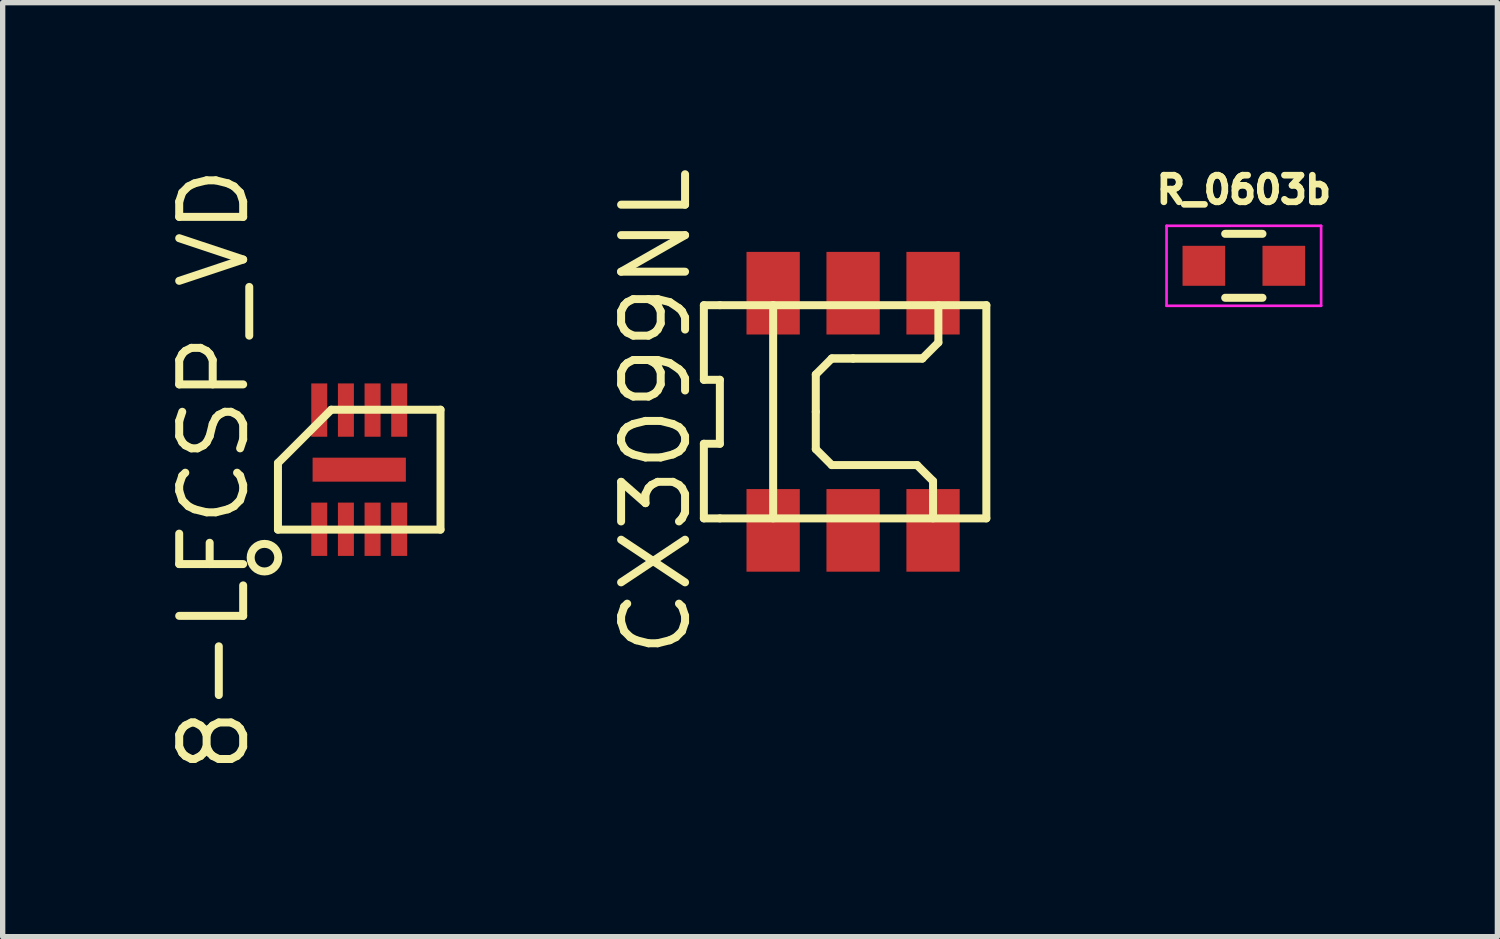
<source format=kicad_pcb>
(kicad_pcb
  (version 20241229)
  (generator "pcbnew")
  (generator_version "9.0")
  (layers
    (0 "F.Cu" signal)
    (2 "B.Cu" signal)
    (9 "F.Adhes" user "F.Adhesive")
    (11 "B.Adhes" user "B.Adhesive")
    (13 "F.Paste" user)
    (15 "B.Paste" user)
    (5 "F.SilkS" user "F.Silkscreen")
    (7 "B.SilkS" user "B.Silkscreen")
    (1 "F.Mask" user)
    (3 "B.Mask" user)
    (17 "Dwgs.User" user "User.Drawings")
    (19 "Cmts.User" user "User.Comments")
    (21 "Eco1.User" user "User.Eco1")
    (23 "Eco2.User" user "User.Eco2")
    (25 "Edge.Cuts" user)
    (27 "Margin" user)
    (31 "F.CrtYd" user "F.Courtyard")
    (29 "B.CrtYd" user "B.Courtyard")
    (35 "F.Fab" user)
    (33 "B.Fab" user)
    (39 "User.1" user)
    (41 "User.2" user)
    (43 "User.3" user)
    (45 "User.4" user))
  (footprint "8-LFCSP_VD"
    (layer "F.Cu")
    (at 3.69 5.762)
    (property "Reference" "8-LFCSP_VD" (at -2.725 0 90) (layer "F.SilkS") (effects (font (size 1.2 1.2) (thickness 0.15))))
    (attr through_hole)
    (fp_line (start -1.525 -0.125) (end -1.525 1.125) (stroke (width 0.15) (type solid)) (layer "F.SilkS"))
    (fp_line (start -1.525 1.125) (end 1.525 1.125) (stroke (width 0.15) (type solid)) (layer "F.SilkS"))
    (fp_line (start -0.525 -1.125) (end -1.525 -0.125) (stroke (width 0.15) (type solid)) (layer "F.SilkS"))
    (fp_line (start 1.525 -1.125) (end -0.525 -1.125) (stroke (width 0.15) (type solid)) (layer "F.SilkS"))
    (fp_line (start 1.525 1.125) (end 1.525 -1.125) (stroke (width 0.15) (type solid)) (layer "F.SilkS"))
    (fp_circle (center -1.778 1.651) (end -1.524 1.702) (stroke (width 0.15) (type solid)) (fill no) (layer "F.SilkS"))
    (pad "1" smd rect (at -0.75 1.118) (size 0.3 1) (layers "F.Cu" "F.Mask" "F.Paste"))
    (pad "2" smd rect (at -0.25 1.118) (size 0.3 1) (layers "F.Cu" "F.Mask" "F.Paste"))
    (pad "3" smd rect (at 0.25 1.118) (size 0.3 1) (layers "F.Cu" "F.Mask" "F.Paste"))
    (pad "4" smd rect (at 0.75 1.118) (size 0.3 1) (layers "F.Cu" "F.Mask" "F.Paste"))
    (pad "5" smd rect (at 0.75 -1.118) (size 0.3 1) (layers "F.Cu" "F.Mask" "F.Paste"))
    (pad "6" smd rect (at 0.25 -1.118) (size 0.3 1) (layers "F.Cu" "F.Mask" "F.Paste"))
    (pad "7" smd rect (at -0.25 -1.118) (size 0.3 1) (layers "F.Cu" "F.Mask" "F.Paste"))
    (pad "8" smd rect (at -0.75 -1.118) (size 0.3 1) (layers "F.Cu" "F.Mask" "F.Paste"))
    (pad "EPAD" smd rect (at 0 0 90) (size 0.45 1.75) (layers "F.Cu" "F.Mask" "F.Paste")))
  (footprint "CX3099NL"
    (layer "F.Cu")
    (at 12.956 4.676)
    (property "Reference" "CX3099NL" (at -3.7 0 90) (layer "F.SilkS") (effects (font (size 1.2 1.2) (thickness 0.15))))
    (attr through_hole)
    (fp_line (start -2.8 -2) (end -2.8 -0.6) (stroke (width 0.15) (type solid)) (layer "F.SilkS"))
    (fp_line (start -2.8 -0.6) (end -2.5 -0.6) (stroke (width 0.15) (type solid)) (layer "F.SilkS"))
    (fp_line (start -2.8 0.6) (end -2.5 0.6) (stroke (width 0.15) (type solid)) (layer "F.SilkS"))
    (fp_line (start -2.8 2) (end -2.8 0.6) (stroke (width 0.15) (type solid)) (layer "F.SilkS"))
    (fp_line (start -2.5 -2) (end -2.8 -2) (stroke (width 0.15) (type solid)) (layer "F.SilkS"))
    (fp_line (start -2.5 -2) (end -1.5 -2) (stroke (width 0.15) (type solid)) (layer "F.SilkS"))
    (fp_line (start -2.5 -0.6) (end -2.5 0.6) (stroke (width 0.15) (type solid)) (layer "F.SilkS"))
    (fp_line (start -2.5 2) (end -2.8 2) (stroke (width 0.15) (type solid)) (layer "F.SilkS"))
    (fp_line (start -2.5 2) (end 2.5 2) (stroke (width 0.15) (type solid)) (layer "F.SilkS"))
    (fp_line (start -1.5 -2) (end -1.5 2) (stroke (width 0.15) (type solid)) (layer "F.SilkS"))
    (fp_line (start -0.7 -0.7) (end -0.7 0) (stroke (width 0.15) (type solid)) (layer "F.SilkS"))
    (fp_line (start -0.7 0) (end -0.7 0.7) (stroke (width 0.15) (type solid)) (layer "F.SilkS"))
    (fp_line (start -0.7 0.7) (end -0.4 1) (stroke (width 0.15) (type solid)) (layer "F.SilkS"))
    (fp_line (start -0.4 -1) (end -0.7 -0.7) (stroke (width 0.15) (type solid)) (layer "F.SilkS"))
    (fp_line (start 0 -1) (end -0.4 -1) (stroke (width 0.15) (type solid)) (layer "F.SilkS"))
    (fp_line (start 0 -1) (end -0.4 -1) (stroke (width 0.15) (type solid)) (layer "F.SilkS"))
    (fp_line (start 1.2 1) (end -0.4 1) (stroke (width 0.15) (type solid)) (layer "F.SilkS"))
    (fp_line (start 1.2 1) (end 1.5 1.3) (stroke (width 0.15) (type solid)) (layer "F.SilkS"))
    (fp_line (start 1.3 -1) (end 0 -1) (stroke (width 0.15) (type solid)) (layer "F.SilkS"))
    (fp_line (start 1.3 -1) (end 0 -1) (stroke (width 0.15) (type solid)) (layer "F.SilkS"))
    (fp_line (start 1.5 1.3) (end 1.5 2) (stroke (width 0.15) (type solid)) (layer "F.SilkS"))
    (fp_line (start 1.6 -2) (end 1.6 -1.3) (stroke (width 0.15) (type solid)) (layer "F.SilkS"))
    (fp_line (start 1.6 -1.3) (end 1.3 -1) (stroke (width 0.15) (type solid)) (layer "F.SilkS"))
    (fp_line (start 2.5 -2) (end -1.5 -2) (stroke (width 0.15) (type solid)) (layer "F.SilkS"))
    (fp_line (start 2.5 2) (end 2.5 -2) (stroke (width 0.15) (type solid)) (layer "F.SilkS"))
    (pad "1" smd rect (at -1.5 2.225) (size 1 1.55) (layers "F.Cu" "F.Mask" "F.Paste"))
    (pad "2" smd rect (at 0 2.225) (size 1 1.55) (layers "F.Cu" "F.Mask" "F.Paste"))
    (pad "3" smd rect (at 1.5 2.225) (size 1 1.55) (layers "F.Cu" "F.Mask" "F.Paste"))
    (pad "4" smd rect (at 1.5 -2.225) (size 1 1.55) (layers "F.Cu" "F.Mask" "F.Paste"))
    (pad "5" smd rect (at 0 -2.225) (size 1 1.55) (layers "F.Cu" "F.Mask" "F.Paste"))
    (pad "6" smd rect (at -1.5 -2.225) (size 1 1.55) (layers "F.Cu" "F.Mask" "F.Paste")))
  (footprint "R_0603b"
    (layer "F.Cu")
    (at 20.287 1.937)
    (property "Reference" "R_0603b" (at 0 -1.425 0) (layer "F.SilkS") (effects (font (size 0.5 0.5) (thickness 0.125))))
    (attr smd)
    (fp_line (start -0.35 -0.6) (end 0.35 -0.6) (stroke (width 0.15) (type solid)) (layer "F.SilkS"))
    (fp_line (start 0.35 0.6) (end -0.35 0.6) (stroke (width 0.15) (type solid)) (layer "F.SilkS"))
    (fp_line (start -1.45 -0.75) (end -1.45 0.75) (stroke (width 0.05) (type solid)) (layer "F.CrtYd"))
    (fp_line (start -1.45 -0.75) (end 1.45 -0.75) (stroke (width 0.05) (type solid)) (layer "F.CrtYd"))
    (fp_line (start -1.45 0.75) (end 1.45 0.75) (stroke (width 0.05) (type solid)) (layer "F.CrtYd"))
    (fp_line (start 1.45 -0.75) (end 1.45 0.75) (stroke (width 0.05) (type solid)) (layer "F.CrtYd"))
    (pad "1" smd rect (at -0.75 0) (size 0.8 0.75) (layers "F.Cu" "F.Mask" "F.Paste"))
    (pad "2" smd rect (at 0.75 0) (size 0.8 0.75) (layers "F.Cu" "F.Mask" "F.Paste")))
  (gr_rect
    (start -3 -3)
    (end 25.044 14.524)
    (stroke (width 0.1) (type default))
    (fill no)
    (layer "Edge.Cuts")))
</source>
